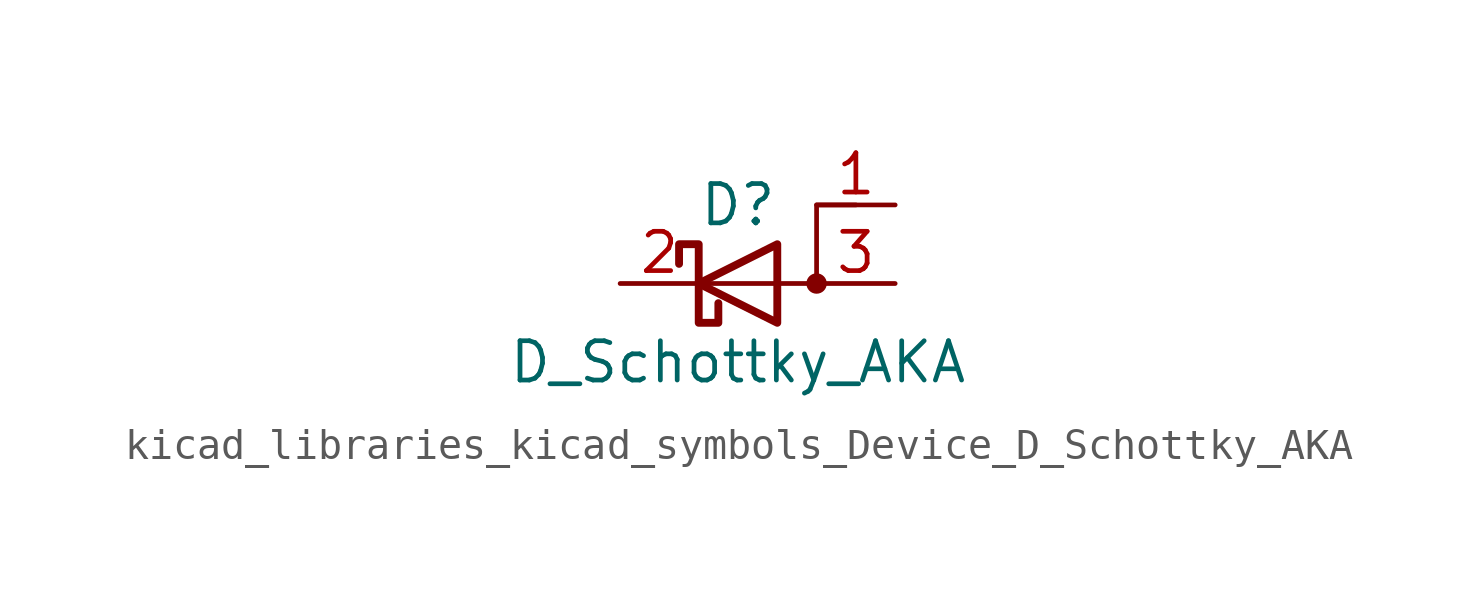
<source format=kicad_sym>
(kicad_symbol_lib
  (version 20220914)
  (generator kicad_symbol_editor)
  (symbol "kicad_libraries_kicad_symbols_Device_D_Schottky_AKA"
    (pin_names
      (offset 0) hide)
    (property "Reference" "D"
      (at 0 2.54 0)
      (effects (font (size 1.27 1.27))))
    (property "Value" "D_Schottky_AKA"
      (at 0 -2.54 0)
      (effects (font (size 1.27 1.27))))
    (symbol "kicad_libraries_kicad_symbols_Device_D_Schottky_AKA_0_1"
      (polyline (pts (xy 1.27 1.27) (xy 1.27 -1.27) (xy -1.27 0) (xy 1.27 1.27)) (stroke (width 0.254) (type default)) (fill (type none)))
      (polyline (pts (xy 3.81 2.54) (xy 2.54 2.54) (xy 2.54 0) (xy -1.27 0)) (stroke (width 0) (type default)) (fill (type none)))
      (polyline (pts (xy -1.905 0.635) (xy -1.905 1.27) (xy -1.27 1.27) (xy -1.27 -1.27) (xy -0.635 -1.27) (xy -0.635 -0.635)) (stroke (width 0.254) (type default)) (fill (type none)))
      (circle (center 2.54 0) (radius 0.254) (stroke (width 0) (type default)) (fill (type outline))))
    (symbol "kicad_libraries_kicad_symbols_Device_D_Schottky_AKA_1_1"
      (pin input line (at 5.08 2.54 180) (length 2.54) (name "A" (effects (font (size 1.27 1.27)))) (number "1" (effects (font (size 1.27 1.27)))))
      (pin passive line (at -3.81 0 0) (length 2.54) (name "K" (effects (font (size 1.27 1.27)))) (number "2" (effects (font (size 1.27 1.27)))))
      (pin passive line (at 5.08 0 180) (length 2.54) (name "A" (effects (font (size 1.27 1.27)))) (number "3" (effects (font (size 1.27 1.27))))))))
</source>
